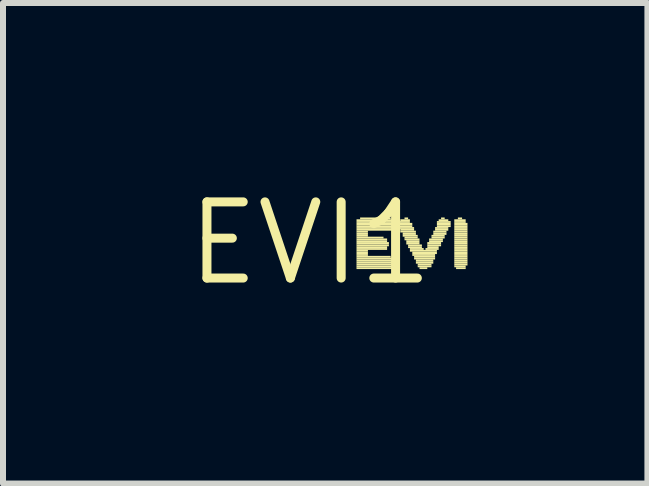
<source format=kicad_pcb>
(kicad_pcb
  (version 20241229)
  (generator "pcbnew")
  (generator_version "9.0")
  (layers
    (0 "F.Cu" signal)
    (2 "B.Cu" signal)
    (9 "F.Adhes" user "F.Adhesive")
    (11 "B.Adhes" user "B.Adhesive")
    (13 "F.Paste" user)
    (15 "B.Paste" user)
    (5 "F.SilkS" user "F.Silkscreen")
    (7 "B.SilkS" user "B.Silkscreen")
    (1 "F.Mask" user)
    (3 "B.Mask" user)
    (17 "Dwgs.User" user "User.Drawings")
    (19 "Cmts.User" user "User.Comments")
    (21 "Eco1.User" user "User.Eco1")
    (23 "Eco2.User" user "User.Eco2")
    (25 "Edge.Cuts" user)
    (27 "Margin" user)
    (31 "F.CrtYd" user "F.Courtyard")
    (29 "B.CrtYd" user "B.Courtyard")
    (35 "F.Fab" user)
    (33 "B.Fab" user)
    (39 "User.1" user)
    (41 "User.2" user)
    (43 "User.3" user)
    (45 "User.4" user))
  (footprint "EVI1"
    (layer "F.Cu")
    (at 2.124 1.006)
    (property "Reference" "EVI1" (at 0 0 0) (layer "F.SilkS") (effects (font (size 1.27 1.27) (thickness 0.15))))
    (fp_poly (pts (xy 0.77 -0.37) (xy 1.41 -0.37) (xy 1.41 -0.4) (xy 0.77 -0.4)) (stroke (width 0) (type default)) (fill yes) (layer "F.SilkS"))
    (fp_poly (pts (xy 0.77 -0.34) (xy 1.41 -0.34) (xy 1.41 -0.37) (xy 0.77 -0.37)) (stroke (width 0) (type default)) (fill yes) (layer "F.SilkS"))
    (fp_poly (pts (xy 0.77 -0.3) (xy 1.44 -0.3) (xy 1.44 -0.34) (xy 0.77 -0.34)) (stroke (width 0) (type default)) (fill yes) (layer "F.SilkS"))
    (fp_poly (pts (xy 0.77 -0.27) (xy 1.44 -0.27) (xy 1.44 -0.3) (xy 0.77 -0.3)) (stroke (width 0) (type default)) (fill yes) (layer "F.SilkS"))
    (fp_poly (pts (xy 0.77 -0.24) (xy 1.41 -0.24) (xy 1.41 -0.27) (xy 0.77 -0.27)) (stroke (width 0) (type default)) (fill yes) (layer "F.SilkS"))
    (fp_poly (pts (xy 0.77 -0.21) (xy 1.41 -0.21) (xy 1.41 -0.24) (xy 0.77 -0.24)) (stroke (width 0) (type default)) (fill yes) (layer "F.SilkS"))
    (fp_poly (pts (xy 0.77 -0.18) (xy 0.96 -0.18) (xy 0.96 -0.21) (xy 0.77 -0.21)) (stroke (width 0) (type default)) (fill yes) (layer "F.SilkS"))
    (fp_poly (pts (xy 0.77 -0.14) (xy 0.96 -0.14) (xy 0.96 -0.18) (xy 0.77 -0.18)) (stroke (width 0) (type default)) (fill yes) (layer "F.SilkS"))
    (fp_poly (pts (xy 0.77 -0.11) (xy 0.96 -0.11) (xy 0.96 -0.14) (xy 0.77 -0.14)) (stroke (width 0) (type default)) (fill yes) (layer "F.SilkS"))
    (fp_poly (pts (xy 0.77 -0.08) (xy 1.22 -0.08) (xy 1.22 -0.11) (xy 0.77 -0.11)) (stroke (width 0) (type default)) (fill yes) (layer "F.SilkS"))
    (fp_poly (pts (xy 0.77 -0.05) (xy 1.28 -0.05) (xy 1.28 -0.08) (xy 0.77 -0.08)) (stroke (width 0) (type default)) (fill yes) (layer "F.SilkS"))
    (fp_poly (pts (xy 0.77 -0.02) (xy 1.28 -0.02) (xy 1.28 -0.05) (xy 0.77 -0.05)) (stroke (width 0) (type default)) (fill yes) (layer "F.SilkS"))
    (fp_poly (pts (xy 0.77 0.02) (xy 1.31 0.02) (xy 1.31 -0.02) (xy 0.77 -0.02)) (stroke (width 0) (type default)) (fill yes) (layer "F.SilkS"))
    (fp_poly (pts (xy 0.77 0.05) (xy 1.31 0.05) (xy 1.31 0.02) (xy 0.77 0.02)) (stroke (width 0) (type default)) (fill yes) (layer "F.SilkS"))
    (fp_poly (pts (xy 0.77 0.08) (xy 1.28 0.08) (xy 1.28 0.05) (xy 0.77 0.05)) (stroke (width 0) (type default)) (fill yes) (layer "F.SilkS"))
    (fp_poly (pts (xy 0.77 0.11) (xy 1.28 0.11) (xy 1.28 0.08) (xy 0.77 0.08)) (stroke (width 0) (type default)) (fill yes) (layer "F.SilkS"))
    (fp_poly (pts (xy 0.77 0.14) (xy 0.96 0.14) (xy 0.96 0.11) (xy 0.77 0.11)) (stroke (width 0) (type default)) (fill yes) (layer "F.SilkS"))
    (fp_poly (pts (xy 0.77 0.18) (xy 0.96 0.18) (xy 0.96 0.14) (xy 0.77 0.14)) (stroke (width 0) (type default)) (fill yes) (layer "F.SilkS"))
    (fp_poly (pts (xy 0.77 0.21) (xy 0.96 0.21) (xy 0.96 0.18) (xy 0.77 0.18)) (stroke (width 0) (type default)) (fill yes) (layer "F.SilkS"))
    (fp_poly (pts (xy 0.77 0.24) (xy 1.34 0.24) (xy 1.34 0.21) (xy 0.77 0.21)) (stroke (width 0) (type default)) (fill yes) (layer "F.SilkS"))
    (fp_poly (pts (xy 0.77 0.27) (xy 1.41 0.27) (xy 1.41 0.24) (xy 0.77 0.24)) (stroke (width 0) (type default)) (fill yes) (layer "F.SilkS"))
    (fp_poly (pts (xy 0.77 0.3) (xy 1.41 0.3) (xy 1.41 0.27) (xy 0.77 0.27)) (stroke (width 0) (type default)) (fill yes) (layer "F.SilkS"))
    (fp_poly (pts (xy 0.77 0.34) (xy 1.44 0.34) (xy 1.44 0.3) (xy 0.77 0.3)) (stroke (width 0) (type default)) (fill yes) (layer "F.SilkS"))
    (fp_poly (pts (xy 0.77 0.37) (xy 1.44 0.37) (xy 1.44 0.34) (xy 0.77 0.34)) (stroke (width 0) (type default)) (fill yes) (layer "F.SilkS"))
    (fp_poly (pts (xy 0.77 0.4) (xy 1.41 0.4) (xy 1.41 0.37) (xy 0.77 0.37)) (stroke (width 0) (type default)) (fill yes) (layer "F.SilkS"))
    (fp_poly (pts (xy 0.77 0.43) (xy 1.41 0.43) (xy 1.41 0.4) (xy 0.77 0.4)) (stroke (width 0) (type default)) (fill yes) (layer "F.SilkS"))
    (fp_poly (pts (xy 0.83 -0.4) (xy 1.34 -0.4) (xy 1.34 -0.43) (xy 0.83 -0.43)) (stroke (width 0) (type default)) (fill yes) (layer "F.SilkS"))
    (fp_poly (pts (xy 1.47 -0.34) (xy 1.66 -0.34) (xy 1.66 -0.37) (xy 1.47 -0.37)) (stroke (width 0) (type default)) (fill yes) (layer "F.SilkS"))
    (fp_poly (pts (xy 1.47 -0.3) (xy 1.7 -0.3) (xy 1.7 -0.34) (xy 1.47 -0.34)) (stroke (width 0) (type default)) (fill yes) (layer "F.SilkS"))
    (fp_poly (pts (xy 1.47 -0.27) (xy 1.7 -0.27) (xy 1.7 -0.3) (xy 1.47 -0.3)) (stroke (width 0) (type default)) (fill yes) (layer "F.SilkS"))
    (fp_poly (pts (xy 1.47 -0.24) (xy 1.73 -0.24) (xy 1.73 -0.27) (xy 1.47 -0.27)) (stroke (width 0) (type default)) (fill yes) (layer "F.SilkS"))
    (fp_poly (pts (xy 1.5 -0.37) (xy 1.66 -0.37) (xy 1.66 -0.4) (xy 1.5 -0.4)) (stroke (width 0) (type default)) (fill yes) (layer "F.SilkS"))
    (fp_poly (pts (xy 1.5 -0.21) (xy 1.73 -0.21) (xy 1.73 -0.24) (xy 1.5 -0.24)) (stroke (width 0) (type default)) (fill yes) (layer "F.SilkS"))
    (fp_poly (pts (xy 1.5 -0.18) (xy 1.76 -0.18) (xy 1.76 -0.21) (xy 1.5 -0.21)) (stroke (width 0) (type default)) (fill yes) (layer "F.SilkS"))
    (fp_poly (pts (xy 1.54 -0.14) (xy 1.76 -0.14) (xy 1.76 -0.18) (xy 1.54 -0.18)) (stroke (width 0) (type default)) (fill yes) (layer "F.SilkS"))
    (fp_poly (pts (xy 1.54 -0.11) (xy 1.79 -0.11) (xy 1.79 -0.14) (xy 1.54 -0.14)) (stroke (width 0) (type default)) (fill yes) (layer "F.SilkS"))
    (fp_poly (pts (xy 1.57 -0.4) (xy 1.63 -0.4) (xy 1.63 -0.43) (xy 1.57 -0.43)) (stroke (width 0) (type default)) (fill yes) (layer "F.SilkS"))
    (fp_poly (pts (xy 1.57 -0.08) (xy 1.79 -0.08) (xy 1.79 -0.11) (xy 1.57 -0.11)) (stroke (width 0) (type default)) (fill yes) (layer "F.SilkS"))
    (fp_poly (pts (xy 1.57 -0.05) (xy 1.82 -0.05) (xy 1.82 -0.08) (xy 1.57 -0.08)) (stroke (width 0) (type default)) (fill yes) (layer "F.SilkS"))
    (fp_poly (pts (xy 1.6 -0.02) (xy 1.82 -0.02) (xy 1.82 -0.05) (xy 1.6 -0.05)) (stroke (width 0) (type default)) (fill yes) (layer "F.SilkS"))
    (fp_poly (pts (xy 1.6 0.02) (xy 1.82 0.02) (xy 1.82 -0.02) (xy 1.6 -0.02)) (stroke (width 0) (type default)) (fill yes) (layer "F.SilkS"))
    (fp_poly (pts (xy 1.63 0.05) (xy 1.86 0.05) (xy 1.86 0.02) (xy 1.63 0.02)) (stroke (width 0) (type default)) (fill yes) (layer "F.SilkS"))
    (fp_poly (pts (xy 1.63 0.08) (xy 1.86 0.08) (xy 1.86 0.05) (xy 1.63 0.05)) (stroke (width 0) (type default)) (fill yes) (layer "F.SilkS"))
    (fp_poly (pts (xy 1.66 0.11) (xy 1.89 0.11) (xy 1.89 0.08) (xy 1.66 0.08)) (stroke (width 0) (type default)) (fill yes) (layer "F.SilkS"))
    (fp_poly (pts (xy 1.66 0.14) (xy 2.11 0.14) (xy 2.11 0.11) (xy 1.66 0.11)) (stroke (width 0) (type default)) (fill yes) (layer "F.SilkS"))
    (fp_poly (pts (xy 1.7 0.18) (xy 2.11 0.18) (xy 2.11 0.14) (xy 1.7 0.14)) (stroke (width 0) (type default)) (fill yes) (layer "F.SilkS"))
    (fp_poly (pts (xy 1.7 0.21) (xy 2.08 0.21) (xy 2.08 0.18) (xy 1.7 0.18)) (stroke (width 0) (type default)) (fill yes) (layer "F.SilkS"))
    (fp_poly (pts (xy 1.73 0.24) (xy 2.08 0.24) (xy 2.08 0.21) (xy 1.73 0.21)) (stroke (width 0) (type default)) (fill yes) (layer "F.SilkS"))
    (fp_poly (pts (xy 1.73 0.27) (xy 2.08 0.27) (xy 2.08 0.24) (xy 1.73 0.24)) (stroke (width 0) (type default)) (fill yes) (layer "F.SilkS"))
    (fp_poly (pts (xy 1.76 0.3) (xy 2.05 0.3) (xy 2.05 0.27) (xy 1.76 0.27)) (stroke (width 0) (type default)) (fill yes) (layer "F.SilkS"))
    (fp_poly (pts (xy 1.76 0.34) (xy 2.05 0.34) (xy 2.05 0.3) (xy 1.76 0.3)) (stroke (width 0) (type default)) (fill yes) (layer "F.SilkS"))
    (fp_poly (pts (xy 1.79 0.37) (xy 2.02 0.37) (xy 2.02 0.34) (xy 1.79 0.34)) (stroke (width 0) (type default)) (fill yes) (layer "F.SilkS"))
    (fp_poly (pts (xy 1.79 0.4) (xy 2.02 0.4) (xy 2.02 0.37) (xy 1.79 0.37)) (stroke (width 0) (type default)) (fill yes) (layer "F.SilkS"))
    (fp_poly (pts (xy 1.82 0.43) (xy 1.95 0.43) (xy 1.95 0.4) (xy 1.82 0.4)) (stroke (width 0) (type default)) (fill yes) (layer "F.SilkS"))
    (fp_poly (pts (xy 1.92 0.11) (xy 2.14 0.11) (xy 2.14 0.08) (xy 1.92 0.08)) (stroke (width 0) (type default)) (fill yes) (layer "F.SilkS"))
    (fp_poly (pts (xy 1.95 0.02) (xy 2.18 0.02) (xy 2.18 -0.02) (xy 1.95 -0.02)) (stroke (width 0) (type default)) (fill yes) (layer "F.SilkS"))
    (fp_poly (pts (xy 1.95 0.05) (xy 2.18 0.05) (xy 2.18 0.02) (xy 1.95 0.02)) (stroke (width 0) (type default)) (fill yes) (layer "F.SilkS"))
    (fp_poly (pts (xy 1.95 0.08) (xy 2.14 0.08) (xy 2.14 0.05) (xy 1.95 0.05)) (stroke (width 0) (type default)) (fill yes) (layer "F.SilkS"))
    (fp_poly (pts (xy 1.98 -0.05) (xy 2.21 -0.05) (xy 2.21 -0.08) (xy 1.98 -0.08)) (stroke (width 0) (type default)) (fill yes) (layer "F.SilkS"))
    (fp_poly (pts (xy 1.98 -0.02) (xy 2.21 -0.02) (xy 2.21 -0.05) (xy 1.98 -0.05)) (stroke (width 0) (type default)) (fill yes) (layer "F.SilkS"))
    (fp_poly (pts (xy 2.02 -0.11) (xy 2.24 -0.11) (xy 2.24 -0.14) (xy 2.02 -0.14)) (stroke (width 0) (type default)) (fill yes) (layer "F.SilkS"))
    (fp_poly (pts (xy 2.02 -0.08) (xy 2.24 -0.08) (xy 2.24 -0.11) (xy 2.02 -0.11)) (stroke (width 0) (type default)) (fill yes) (layer "F.SilkS"))
    (fp_poly (pts (xy 2.05 -0.18) (xy 2.27 -0.18) (xy 2.27 -0.21) (xy 2.05 -0.21)) (stroke (width 0) (type default)) (fill yes) (layer "F.SilkS"))
    (fp_poly (pts (xy 2.05 -0.14) (xy 2.27 -0.14) (xy 2.27 -0.18) (xy 2.05 -0.18)) (stroke (width 0) (type default)) (fill yes) (layer "F.SilkS"))
    (fp_poly (pts (xy 2.08 -0.24) (xy 2.3 -0.24) (xy 2.3 -0.27) (xy 2.08 -0.27)) (stroke (width 0) (type default)) (fill yes) (layer "F.SilkS"))
    (fp_poly (pts (xy 2.08 -0.21) (xy 2.3 -0.21) (xy 2.3 -0.24) (xy 2.08 -0.24)) (stroke (width 0) (type default)) (fill yes) (layer "F.SilkS"))
    (fp_poly (pts (xy 2.11 -0.34) (xy 2.34 -0.34) (xy 2.34 -0.37) (xy 2.11 -0.37)) (stroke (width 0) (type default)) (fill yes) (layer "F.SilkS"))
    (fp_poly (pts (xy 2.11 -0.3) (xy 2.34 -0.3) (xy 2.34 -0.34) (xy 2.11 -0.34)) (stroke (width 0) (type default)) (fill yes) (layer "F.SilkS"))
    (fp_poly (pts (xy 2.11 -0.27) (xy 2.34 -0.27) (xy 2.34 -0.3) (xy 2.11 -0.3)) (stroke (width 0) (type default)) (fill yes) (layer "F.SilkS"))
    (fp_poly (pts (xy 2.14 -0.37) (xy 2.3 -0.37) (xy 2.3 -0.4) (xy 2.14 -0.4)) (stroke (width 0) (type default)) (fill yes) (layer "F.SilkS"))
    (fp_poly (pts (xy 2.18 -0.4) (xy 2.24 -0.4) (xy 2.24 -0.43) (xy 2.18 -0.43)) (stroke (width 0) (type default)) (fill yes) (layer "F.SilkS"))
    (fp_poly (pts (xy 2.4 -0.37) (xy 2.59 -0.37) (xy 2.59 -0.4) (xy 2.4 -0.4)) (stroke (width 0) (type default)) (fill yes) (layer "F.SilkS"))
    (fp_poly (pts (xy 2.4 -0.34) (xy 2.59 -0.34) (xy 2.59 -0.37) (xy 2.4 -0.37)) (stroke (width 0) (type default)) (fill yes) (layer "F.SilkS"))
    (fp_poly (pts (xy 2.4 -0.3) (xy 2.62 -0.3) (xy 2.62 -0.34) (xy 2.4 -0.34)) (stroke (width 0) (type default)) (fill yes) (layer "F.SilkS"))
    (fp_poly (pts (xy 2.4 -0.27) (xy 2.62 -0.27) (xy 2.62 -0.3) (xy 2.4 -0.3)) (stroke (width 0) (type default)) (fill yes) (layer "F.SilkS"))
    (fp_poly (pts (xy 2.4 -0.24) (xy 2.62 -0.24) (xy 2.62 -0.27) (xy 2.4 -0.27)) (stroke (width 0) (type default)) (fill yes) (layer "F.SilkS"))
    (fp_poly (pts (xy 2.4 -0.21) (xy 2.62 -0.21) (xy 2.62 -0.24) (xy 2.4 -0.24)) (stroke (width 0) (type default)) (fill yes) (layer "F.SilkS"))
    (fp_poly (pts (xy 2.4 -0.18) (xy 2.62 -0.18) (xy 2.62 -0.21) (xy 2.4 -0.21)) (stroke (width 0) (type default)) (fill yes) (layer "F.SilkS"))
    (fp_poly (pts (xy 2.4 -0.14) (xy 2.62 -0.14) (xy 2.62 -0.18) (xy 2.4 -0.18)) (stroke (width 0) (type default)) (fill yes) (layer "F.SilkS"))
    (fp_poly (pts (xy 2.4 -0.11) (xy 2.62 -0.11) (xy 2.62 -0.14) (xy 2.4 -0.14)) (stroke (width 0) (type default)) (fill yes) (layer "F.SilkS"))
    (fp_poly (pts (xy 2.4 -0.08) (xy 2.62 -0.08) (xy 2.62 -0.11) (xy 2.4 -0.11)) (stroke (width 0) (type default)) (fill yes) (layer "F.SilkS"))
    (fp_poly (pts (xy 2.4 -0.05) (xy 2.62 -0.05) (xy 2.62 -0.08) (xy 2.4 -0.08)) (stroke (width 0) (type default)) (fill yes) (layer "F.SilkS"))
    (fp_poly (pts (xy 2.4 -0.02) (xy 2.62 -0.02) (xy 2.62 -0.05) (xy 2.4 -0.05)) (stroke (width 0) (type default)) (fill yes) (layer "F.SilkS"))
    (fp_poly (pts (xy 2.4 0.02) (xy 2.62 0.02) (xy 2.62 -0.02) (xy 2.4 -0.02)) (stroke (width 0) (type default)) (fill yes) (layer "F.SilkS"))
    (fp_poly (pts (xy 2.4 0.05) (xy 2.62 0.05) (xy 2.62 0.02) (xy 2.4 0.02)) (stroke (width 0) (type default)) (fill yes) (layer "F.SilkS"))
    (fp_poly (pts (xy 2.4 0.08) (xy 2.62 0.08) (xy 2.62 0.05) (xy 2.4 0.05)) (stroke (width 0) (type default)) (fill yes) (layer "F.SilkS"))
    (fp_poly (pts (xy 2.4 0.11) (xy 2.62 0.11) (xy 2.62 0.08) (xy 2.4 0.08)) (stroke (width 0) (type default)) (fill yes) (layer "F.SilkS"))
    (fp_poly (pts (xy 2.4 0.14) (xy 2.62 0.14) (xy 2.62 0.11) (xy 2.4 0.11)) (stroke (width 0) (type default)) (fill yes) (layer "F.SilkS"))
    (fp_poly (pts (xy 2.4 0.18) (xy 2.62 0.18) (xy 2.62 0.14) (xy 2.4 0.14)) (stroke (width 0) (type default)) (fill yes) (layer "F.SilkS"))
    (fp_poly (pts (xy 2.4 0.21) (xy 2.62 0.21) (xy 2.62 0.18) (xy 2.4 0.18)) (stroke (width 0) (type default)) (fill yes) (layer "F.SilkS"))
    (fp_poly (pts (xy 2.4 0.24) (xy 2.62 0.24) (xy 2.62 0.21) (xy 2.4 0.21)) (stroke (width 0) (type default)) (fill yes) (layer "F.SilkS"))
    (fp_poly (pts (xy 2.4 0.27) (xy 2.62 0.27) (xy 2.62 0.24) (xy 2.4 0.24)) (stroke (width 0) (type default)) (fill yes) (layer "F.SilkS"))
    (fp_poly (pts (xy 2.4 0.3) (xy 2.62 0.3) (xy 2.62 0.27) (xy 2.4 0.27)) (stroke (width 0) (type default)) (fill yes) (layer "F.SilkS"))
    (fp_poly (pts (xy 2.4 0.34) (xy 2.62 0.34) (xy 2.62 0.3) (xy 2.4 0.3)) (stroke (width 0) (type default)) (fill yes) (layer "F.SilkS"))
    (fp_poly (pts (xy 2.4 0.37) (xy 2.62 0.37) (xy 2.62 0.34) (xy 2.4 0.34)) (stroke (width 0) (type default)) (fill yes) (layer "F.SilkS"))
    (fp_poly (pts (xy 2.4 0.4) (xy 2.59 0.4) (xy 2.59 0.37) (xy 2.4 0.37)) (stroke (width 0) (type default)) (fill yes) (layer "F.SilkS"))
    (fp_poly (pts (xy 2.43 0.43) (xy 2.59 0.43) (xy 2.59 0.4) (xy 2.43 0.4)) (stroke (width 0) (type default)) (fill yes) (layer "F.SilkS"))
    (fp_poly (pts (xy 2.46 -0.4) (xy 2.53 -0.4) (xy 2.53 -0.43) (xy 2.46 -0.43)) (stroke (width 0) (type default)) (fill yes) (layer "F.SilkS")))
  (gr_rect
    (start -3 -3)
    (end 7.744 5.012)
    (stroke (width 0.1) (type default))
    (fill no)
    (layer "Edge.Cuts")))
</source>
